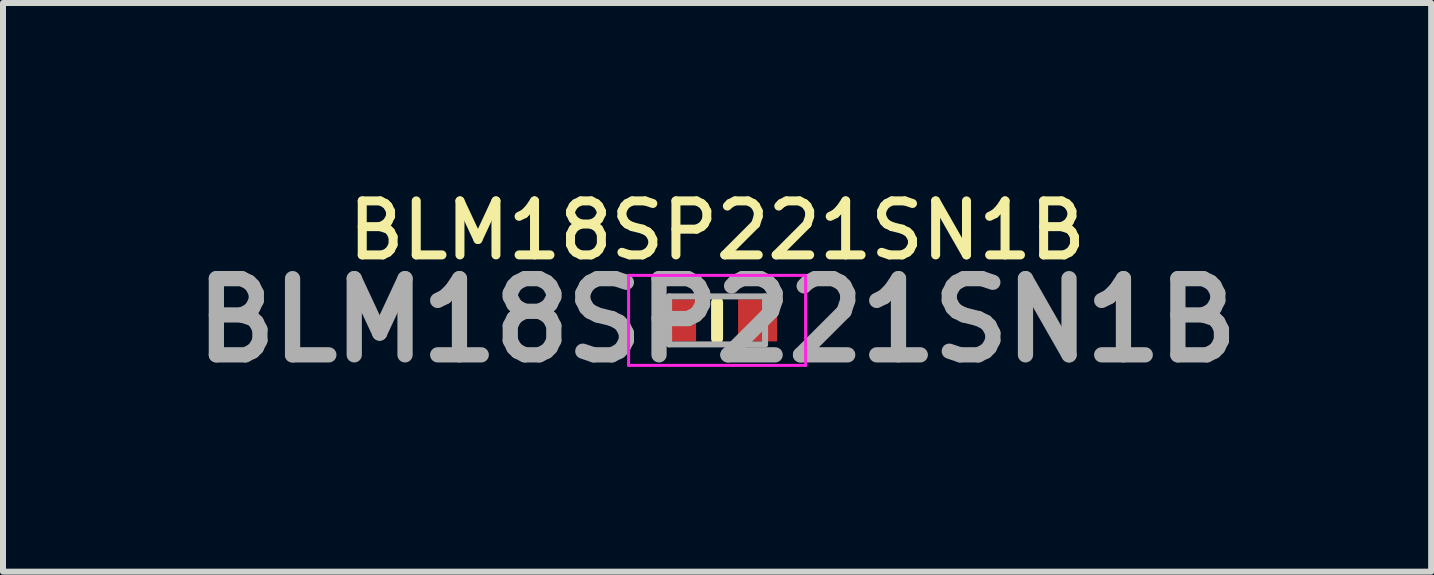
<source format=kicad_pcb>
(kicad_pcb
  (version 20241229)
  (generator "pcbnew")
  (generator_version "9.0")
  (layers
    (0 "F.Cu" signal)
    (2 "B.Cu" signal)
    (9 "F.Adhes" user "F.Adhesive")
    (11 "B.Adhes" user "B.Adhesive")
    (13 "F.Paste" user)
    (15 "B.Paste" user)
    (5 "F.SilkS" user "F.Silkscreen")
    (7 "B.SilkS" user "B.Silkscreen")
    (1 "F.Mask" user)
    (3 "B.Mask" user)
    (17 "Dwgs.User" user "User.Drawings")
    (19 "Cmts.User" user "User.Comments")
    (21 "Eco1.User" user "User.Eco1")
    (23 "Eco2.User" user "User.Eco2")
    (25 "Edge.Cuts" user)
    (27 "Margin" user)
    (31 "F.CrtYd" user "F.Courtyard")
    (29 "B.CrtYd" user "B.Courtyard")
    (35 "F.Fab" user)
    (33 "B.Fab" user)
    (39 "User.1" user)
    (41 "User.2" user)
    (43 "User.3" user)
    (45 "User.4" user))
  (footprint "BLM18SP221SN1B"
    (layer "F.Cu")
    (at 8.902 2.29)
    (property "Reference" "BLM18SP221SN1B" (at 0 -1.5 0) (layer "F.SilkS") (effects (font (size 0.9 0.9) (thickness 0.15) (bold yes))))
    (attr smd)
    (fp_line (start 0 -0.3) (end 0 0.3) (stroke (width 0.2) (type solid)) (layer "F.SilkS"))
    (fp_line (start -1.475 -0.75) (end 1.475 -0.75) (stroke (width 0.05) (type solid)) (layer "F.CrtYd"))
    (fp_line (start -1.475 0.75) (end -1.475 -0.75) (stroke (width 0.05) (type solid)) (layer "F.CrtYd"))
    (fp_line (start 1.475 -0.75) (end 1.475 0.75) (stroke (width 0.05) (type solid)) (layer "F.CrtYd"))
    (fp_line (start 1.475 0.75) (end -1.475 0.75) (stroke (width 0.05) (type solid)) (layer "F.CrtYd"))
    (fp_line (start -0.8 -0.4) (end 0.8 -0.4) (stroke (width 0.1) (type solid)) (layer "F.Fab"))
    (fp_line (start -0.8 0.4) (end -0.8 -0.4) (stroke (width 0.1) (type solid)) (layer "F.Fab"))
    (fp_line (start 0.8 -0.4) (end 0.8 0.4) (stroke (width 0.1) (type solid)) (layer "F.Fab"))
    (fp_line (start 0.8 0.4) (end -0.8 0.4) (stroke (width 0.1) (type solid)) (layer "F.Fab"))
    (fp_text user "${REFERENCE}" (at 0 0 0) (layer "F.Fab") (effects (font (size 1.27 1.27) (thickness 0.254))))
    (pad "1" smd rect (at -0.675 0) (size 0.65 0.7) (layers "F.Cu" "F.Mask" "F.Paste"))
    (pad "2" smd rect (at 0.675 0) (size 0.65 0.7) (layers "F.Cu" "F.Mask" "F.Paste")))
  (gr_rect
    (start -3 -3)
    (end 20.804 6.478)
    (stroke (width 0.1) (type default))
    (fill no)
    (layer "Edge.Cuts")))
</source>
